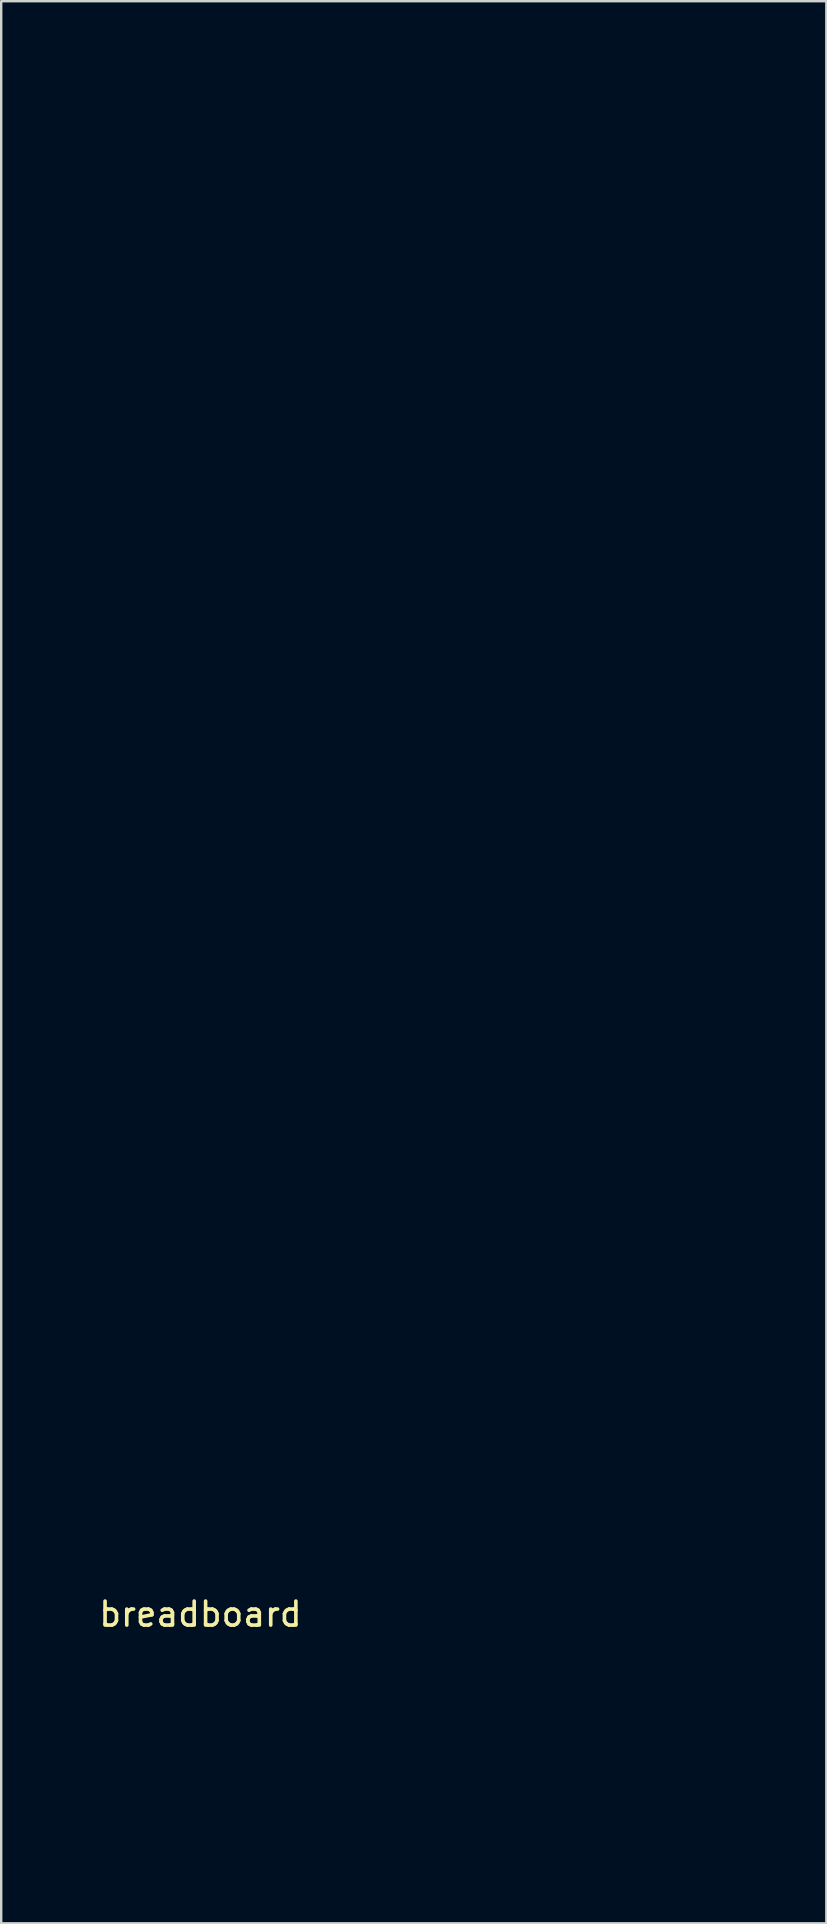
<source format=kicad_pcb>
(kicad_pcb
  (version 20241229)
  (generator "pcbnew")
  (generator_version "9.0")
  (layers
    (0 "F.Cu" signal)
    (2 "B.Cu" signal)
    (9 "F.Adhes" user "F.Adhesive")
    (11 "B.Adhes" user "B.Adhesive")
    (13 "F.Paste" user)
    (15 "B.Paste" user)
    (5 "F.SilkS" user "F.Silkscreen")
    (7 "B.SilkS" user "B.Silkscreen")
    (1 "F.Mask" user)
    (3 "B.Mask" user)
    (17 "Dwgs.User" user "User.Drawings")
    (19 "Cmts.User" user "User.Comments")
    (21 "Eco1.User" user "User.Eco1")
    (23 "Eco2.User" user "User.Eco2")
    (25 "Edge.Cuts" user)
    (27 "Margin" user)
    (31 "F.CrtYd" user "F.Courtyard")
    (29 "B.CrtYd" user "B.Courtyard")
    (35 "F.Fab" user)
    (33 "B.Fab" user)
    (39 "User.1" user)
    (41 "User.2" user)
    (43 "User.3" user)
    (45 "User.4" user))
  (footprint "breadboard"
    (layer "F.Cu")
    (at 5.305 63.725)
    (property "Reference" "breadboard" (at 0 0.5 0) (layer "F.SilkS") (effects (font (size 1 1) (thickness 0.15))))
    (attr through_hole)
    (fp_circle (center -5.08 -63.5) (end -4.98 -63.5) (stroke (width 0.25) (type solid)) (fill no) (layer "Eco1.User"))
    (fp_circle (center -5.08 -60.96) (end -4.98 -60.96) (stroke (width 0.25) (type solid)) (fill no) (layer "Eco1.User"))
    (fp_circle (center -5.08 -58.42) (end -4.98 -58.42) (stroke (width 0.25) (type solid)) (fill no) (layer "Eco1.User"))
    (fp_circle (center -5.08 -55.88) (end -4.98 -55.88) (stroke (width 0.25) (type solid)) (fill no) (layer "Eco1.User"))
    (fp_circle (center -5.08 -53.34) (end -4.98 -53.34) (stroke (width 0.25) (type solid)) (fill no) (layer "Eco1.User"))
    (fp_circle (center -5.08 -50.8) (end -4.98 -50.8) (stroke (width 0.25) (type solid)) (fill no) (layer "Eco1.User"))
    (fp_circle (center -5.08 -48.26) (end -4.98 -48.26) (stroke (width 0.25) (type solid)) (fill no) (layer "Eco1.User"))
    (fp_circle (center -5.08 -45.72) (end -4.98 -45.72) (stroke (width 0.25) (type solid)) (fill no) (layer "Eco1.User"))
    (fp_circle (center -5.08 -43.18) (end -4.98 -43.18) (stroke (width 0.25) (type solid)) (fill no) (layer "Eco1.User"))
    (fp_circle (center -5.08 -40.64) (end -4.98 -40.64) (stroke (width 0.25) (type solid)) (fill no) (layer "Eco1.User"))
    (fp_circle (center -5.08 -38.1) (end -4.98 -38.1) (stroke (width 0.25) (type solid)) (fill no) (layer "Eco1.User"))
    (fp_circle (center -5.08 -35.56) (end -4.98 -35.56) (stroke (width 0.25) (type solid)) (fill no) (layer "Eco1.User"))
    (fp_circle (center -5.08 -33.02) (end -4.98 -33.02) (stroke (width 0.25) (type solid)) (fill no) (layer "Eco1.User"))
    (fp_circle (center -5.08 -30.48) (end -4.98 -30.48) (stroke (width 0.25) (type solid)) (fill no) (layer "Eco1.User"))
    (fp_circle (center -5.08 -27.94) (end -4.98 -27.94) (stroke (width 0.25) (type solid)) (fill no) (layer "Eco1.User"))
    (fp_circle (center -5.08 -25.4) (end -4.98 -25.4) (stroke (width 0.25) (type solid)) (fill no) (layer "Eco1.User"))
    (fp_circle (center -5.08 -22.86) (end -4.98 -22.86) (stroke (width 0.25) (type solid)) (fill no) (layer "Eco1.User"))
    (fp_circle (center -5.08 -20.32) (end -4.98 -20.32) (stroke (width 0.25) (type solid)) (fill no) (layer "Eco1.User"))
    (fp_circle (center -5.08 -17.78) (end -4.98 -17.78) (stroke (width 0.25) (type solid)) (fill no) (layer "Eco1.User"))
    (fp_circle (center -5.08 -15.24) (end -4.98 -15.24) (stroke (width 0.25) (type solid)) (fill no) (layer "Eco1.User"))
    (fp_circle (center -5.08 -12.7) (end -4.98 -12.7) (stroke (width 0.25) (type solid)) (fill no) (layer "Eco1.User"))
    (fp_circle (center -5.08 -10.16) (end -4.98 -10.16) (stroke (width 0.25) (type solid)) (fill no) (layer "Eco1.User"))
    (fp_circle (center -5.08 -7.62) (end -4.98 -7.62) (stroke (width 0.25) (type solid)) (fill no) (layer "Eco1.User"))
    (fp_circle (center -5.08 -5.08) (end -4.98 -5.08) (stroke (width 0.25) (type solid)) (fill no) (layer "Eco1.User"))
    (fp_circle (center -5.08 -2.54) (end -4.98 -2.54) (stroke (width 0.25) (type solid)) (fill no) (layer "Eco1.User"))
    (fp_circle (center -5.08 0) (end -4.98 0) (stroke (width 0.25) (type solid)) (fill no) (layer "Eco1.User"))
    (fp_circle (center -5.08 2.54) (end -4.98 2.54) (stroke (width 0.25) (type solid)) (fill no) (layer "Eco1.User"))
    (fp_circle (center -5.08 5.08) (end -4.98 5.08) (stroke (width 0.25) (type solid)) (fill no) (layer "Eco1.User"))
    (fp_circle (center -5.08 7.62) (end -4.98 7.62) (stroke (width 0.25) (type solid)) (fill no) (layer "Eco1.User"))
    (fp_circle (center -5.08 10.16) (end -4.98 10.16) (stroke (width 0.25) (type solid)) (fill no) (layer "Eco1.User"))
    (fp_circle (center -2.54 -63.5) (end -2.44 -63.5) (stroke (width 0.25) (type solid)) (fill no) (layer "Eco1.User"))
    (fp_circle (center -2.54 -60.96) (end -2.44 -60.96) (stroke (width 0.25) (type solid)) (fill no) (layer "Eco1.User"))
    (fp_circle (center -2.54 -58.42) (end -2.44 -58.42) (stroke (width 0.25) (type solid)) (fill no) (layer "Eco1.User"))
    (fp_circle (center -2.54 -55.88) (end -2.44 -55.88) (stroke (width 0.25) (type solid)) (fill no) (layer "Eco1.User"))
    (fp_circle (center -2.54 -53.34) (end -2.44 -53.34) (stroke (width 0.25) (type solid)) (fill no) (layer "Eco1.User"))
    (fp_circle (center -2.54 -50.8) (end -2.44 -50.8) (stroke (width 0.25) (type solid)) (fill no) (layer "Eco1.User"))
    (fp_circle (center -2.54 -48.26) (end -2.44 -48.26) (stroke (width 0.25) (type solid)) (fill no) (layer "Eco1.User"))
    (fp_circle (center -2.54 -45.72) (end -2.44 -45.72) (stroke (width 0.25) (type solid)) (fill no) (layer "Eco1.User"))
    (fp_circle (center -2.54 -43.18) (end -2.44 -43.18) (stroke (width 0.25) (type solid)) (fill no) (layer "Eco1.User"))
    (fp_circle (center -2.54 -40.64) (end -2.44 -40.64) (stroke (width 0.25) (type solid)) (fill no) (layer "Eco1.User"))
    (fp_circle (center -2.54 -38.1) (end -2.44 -38.1) (stroke (width 0.25) (type solid)) (fill no) (layer "Eco1.User"))
    (fp_circle (center -2.54 -35.56) (end -2.44 -35.56) (stroke (width 0.25) (type solid)) (fill no) (layer "Eco1.User"))
    (fp_circle (center -2.54 -33.02) (end -2.44 -33.02) (stroke (width 0.25) (type solid)) (fill no) (layer "Eco1.User"))
    (fp_circle (center -2.54 -30.48) (end -2.44 -30.48) (stroke (width 0.25) (type solid)) (fill no) (layer "Eco1.User"))
    (fp_circle (center -2.54 -27.94) (end -2.44 -27.94) (stroke (width 0.25) (type solid)) (fill no) (layer "Eco1.User"))
    (fp_circle (center -2.54 -25.4) (end -2.44 -25.4) (stroke (width 0.25) (type solid)) (fill no) (layer "Eco1.User"))
    (fp_circle (center -2.54 -22.86) (end -2.44 -22.86) (stroke (width 0.25) (type solid)) (fill no) (layer "Eco1.User"))
    (fp_circle (center -2.54 -20.32) (end -2.44 -20.32) (stroke (width 0.25) (type solid)) (fill no) (layer "Eco1.User"))
    (fp_circle (center -2.54 -17.78) (end -2.44 -17.78) (stroke (width 0.25) (type solid)) (fill no) (layer "Eco1.User"))
    (fp_circle (center -2.54 -15.24) (end -2.44 -15.24) (stroke (width 0.25) (type solid)) (fill no) (layer "Eco1.User"))
    (fp_circle (center -2.54 -12.7) (end -2.44 -12.7) (stroke (width 0.25) (type solid)) (fill no) (layer "Eco1.User"))
    (fp_circle (center -2.54 -10.16) (end -2.44 -10.16) (stroke (width 0.25) (type solid)) (fill no) (layer "Eco1.User"))
    (fp_circle (center -2.54 -7.62) (end -2.44 -7.62) (stroke (width 0.25) (type solid)) (fill no) (layer "Eco1.User"))
    (fp_circle (center -2.54 -5.08) (end -2.44 -5.08) (stroke (width 0.25) (type solid)) (fill no) (layer "Eco1.User"))
    (fp_circle (center -2.54 -2.54) (end -2.44 -2.54) (stroke (width 0.25) (type solid)) (fill no) (layer "Eco1.User"))
    (fp_circle (center -2.54 0) (end -2.44 0) (stroke (width 0.25) (type solid)) (fill no) (layer "Eco1.User"))
    (fp_circle (center -2.54 2.54) (end -2.44 2.54) (stroke (width 0.25) (type solid)) (fill no) (layer "Eco1.User"))
    (fp_circle (center -2.54 5.08) (end -2.44 5.08) (stroke (width 0.25) (type solid)) (fill no) (layer "Eco1.User"))
    (fp_circle (center -2.54 7.62) (end -2.44 7.62) (stroke (width 0.25) (type solid)) (fill no) (layer "Eco1.User"))
    (fp_circle (center -2.54 10.16) (end -2.44 10.16) (stroke (width 0.25) (type solid)) (fill no) (layer "Eco1.User"))
    (fp_circle (center 0 -63.5) (end 0.1 -63.5) (stroke (width 0.25) (type solid)) (fill no) (layer "Eco1.User"))
    (fp_circle (center 0 -60.96) (end 0.1 -60.96) (stroke (width 0.25) (type solid)) (fill no) (layer "Eco1.User"))
    (fp_circle (center 0 -58.42) (end 0.1 -58.42) (stroke (width 0.25) (type solid)) (fill no) (layer "Eco1.User"))
    (fp_circle (center 0 -55.88) (end 0.1 -55.88) (stroke (width 0.25) (type solid)) (fill no) (layer "Eco1.User"))
    (fp_circle (center 0 -53.34) (end 0.1 -53.34) (stroke (width 0.25) (type solid)) (fill no) (layer "Eco1.User"))
    (fp_circle (center 0 -50.8) (end 0.1 -50.8) (stroke (width 0.25) (type solid)) (fill no) (layer "Eco1.User"))
    (fp_circle (center 0 -48.26) (end 0.1 -48.26) (stroke (width 0.25) (type solid)) (fill no) (layer "Eco1.User"))
    (fp_circle (center 0 -45.72) (end 0.1 -45.72) (stroke (width 0.25) (type solid)) (fill no) (layer "Eco1.User"))
    (fp_circle (center 0 -43.18) (end 0.1 -43.18) (stroke (width 0.25) (type solid)) (fill no) (layer "Eco1.User"))
    (fp_circle (center 0 -40.64) (end 0.1 -40.64) (stroke (width 0.25) (type solid)) (fill no) (layer "Eco1.User"))
    (fp_circle (center 0 -38.1) (end 0.1 -38.1) (stroke (width 0.25) (type solid)) (fill no) (layer "Eco1.User"))
    (fp_circle (center 0 -35.56) (end 0.1 -35.56) (stroke (width 0.25) (type solid)) (fill no) (layer "Eco1.User"))
    (fp_circle (center 0 -33.02) (end 0.1 -33.02) (stroke (width 0.25) (type solid)) (fill no) (layer "Eco1.User"))
    (fp_circle (center 0 -30.48) (end 0.1 -30.48) (stroke (width 0.25) (type solid)) (fill no) (layer "Eco1.User"))
    (fp_circle (center 0 -27.94) (end 0.1 -27.94) (stroke (width 0.25) (type solid)) (fill no) (layer "Eco1.User"))
    (fp_circle (center 0 -25.4) (end 0.1 -25.4) (stroke (width 0.25) (type solid)) (fill no) (layer "Eco1.User"))
    (fp_circle (center 0 -22.86) (end 0.1 -22.86) (stroke (width 0.25) (type solid)) (fill no) (layer "Eco1.User"))
    (fp_circle (center 0 -20.32) (end 0.1 -20.32) (stroke (width 0.25) (type solid)) (fill no) (layer "Eco1.User"))
    (fp_circle (center 0 -17.78) (end 0.1 -17.78) (stroke (width 0.25) (type solid)) (fill no) (layer "Eco1.User"))
    (fp_circle (center 0 -15.24) (end 0.1 -15.24) (stroke (width 0.25) (type solid)) (fill no) (layer "Eco1.User"))
    (fp_circle (center 0 -12.7) (end 0.1 -12.7) (stroke (width 0.25) (type solid)) (fill no) (layer "Eco1.User"))
    (fp_circle (center 0 -10.16) (end 0.1 -10.16) (stroke (width 0.25) (type solid)) (fill no) (layer "Eco1.User"))
    (fp_circle (center 0 -7.62) (end 0.1 -7.62) (stroke (width 0.25) (type solid)) (fill no) (layer "Eco1.User"))
    (fp_circle (center 0 -5.08) (end 0.1 -5.08) (stroke (width 0.25) (type solid)) (fill no) (layer "Eco1.User"))
    (fp_circle (center 0 -2.54) (end 0.1 -2.54) (stroke (width 0.25) (type solid)) (fill no) (layer "Eco1.User"))
    (fp_circle (center 0 0) (end 0.1 0) (stroke (width 0.25) (type solid)) (fill no) (layer "Eco1.User"))
    (fp_circle (center 0 2.54) (end 0.1 2.54) (stroke (width 0.25) (type solid)) (fill no) (layer "Eco1.User"))
    (fp_circle (center 0 5.08) (end 0.1 5.08) (stroke (width 0.25) (type solid)) (fill no) (layer "Eco1.User"))
    (fp_circle (center 0 7.62) (end 0.1 7.62) (stroke (width 0.25) (type solid)) (fill no) (layer "Eco1.User"))
    (fp_circle (center 0 10.16) (end 0.1 10.16) (stroke (width 0.25) (type solid)) (fill no) (layer "Eco1.User"))
    (fp_circle (center 2.54 -63.5) (end 2.64 -63.5) (stroke (width 0.25) (type solid)) (fill no) (layer "Eco1.User"))
    (fp_circle (center 2.54 -60.96) (end 2.64 -60.96) (stroke (width 0.25) (type solid)) (fill no) (layer "Eco1.User"))
    (fp_circle (center 2.54 -58.42) (end 2.64 -58.42) (stroke (width 0.25) (type solid)) (fill no) (layer "Eco1.User"))
    (fp_circle (center 2.54 -55.88) (end 2.64 -55.88) (stroke (width 0.25) (type solid)) (fill no) (layer "Eco1.User"))
    (fp_circle (center 2.54 -53.34) (end 2.64 -53.34) (stroke (width 0.25) (type solid)) (fill no) (layer "Eco1.User"))
    (fp_circle (center 2.54 -50.8) (end 2.64 -50.8) (stroke (width 0.25) (type solid)) (fill no) (layer "Eco1.User"))
    (fp_circle (center 2.54 -48.26) (end 2.64 -48.26) (stroke (width 0.25) (type solid)) (fill no) (layer "Eco1.User"))
    (fp_circle (center 2.54 -45.72) (end 2.64 -45.72) (stroke (width 0.25) (type solid)) (fill no) (layer "Eco1.User"))
    (fp_circle (center 2.54 -43.18) (end 2.64 -43.18) (stroke (width 0.25) (type solid)) (fill no) (layer "Eco1.User"))
    (fp_circle (center 2.54 -40.64) (end 2.64 -40.64) (stroke (width 0.25) (type solid)) (fill no) (layer "Eco1.User"))
    (fp_circle (center 2.54 -38.1) (end 2.64 -38.1) (stroke (width 0.25) (type solid)) (fill no) (layer "Eco1.User"))
    (fp_circle (center 2.54 -35.56) (end 2.64 -35.56) (stroke (width 0.25) (type solid)) (fill no) (layer "Eco1.User"))
    (fp_circle (center 2.54 -33.02) (end 2.64 -33.02) (stroke (width 0.25) (type solid)) (fill no) (layer "Eco1.User"))
    (fp_circle (center 2.54 -30.48) (end 2.64 -30.48) (stroke (width 0.25) (type solid)) (fill no) (layer "Eco1.User"))
    (fp_circle (center 2.54 -27.94) (end 2.64 -27.94) (stroke (width 0.25) (type solid)) (fill no) (layer "Eco1.User"))
    (fp_circle (center 2.54 -25.4) (end 2.64 -25.4) (stroke (width 0.25) (type solid)) (fill no) (layer "Eco1.User"))
    (fp_circle (center 2.54 -22.86) (end 2.64 -22.86) (stroke (width 0.25) (type solid)) (fill no) (layer "Eco1.User"))
    (fp_circle (center 2.54 -20.32) (end 2.64 -20.32) (stroke (width 0.25) (type solid)) (fill no) (layer "Eco1.User"))
    (fp_circle (center 2.54 -17.78) (end 2.64 -17.78) (stroke (width 0.25) (type solid)) (fill no) (layer "Eco1.User"))
    (fp_circle (center 2.54 -15.24) (end 2.64 -15.24) (stroke (width 0.25) (type solid)) (fill no) (layer "Eco1.User"))
    (fp_circle (center 2.54 -12.7) (end 2.64 -12.7) (stroke (width 0.25) (type solid)) (fill no) (layer "Eco1.User"))
    (fp_circle (center 2.54 -10.16) (end 2.64 -10.16) (stroke (width 0.25) (type solid)) (fill no) (layer "Eco1.User"))
    (fp_circle (center 2.54 -7.62) (end 2.64 -7.62) (stroke (width 0.25) (type solid)) (fill no) (layer "Eco1.User"))
    (fp_circle (center 2.54 -5.08) (end 2.64 -5.08) (stroke (width 0.25) (type solid)) (fill no) (layer "Eco1.User"))
    (fp_circle (center 2.54 -2.54) (end 2.64 -2.54) (stroke (width 0.25) (type solid)) (fill no) (layer "Eco1.User"))
    (fp_circle (center 2.54 0) (end 2.64 0) (stroke (width 0.25) (type solid)) (fill no) (layer "Eco1.User"))
    (fp_circle (center 2.54 2.54) (end 2.64 2.54) (stroke (width 0.25) (type solid)) (fill no) (layer "Eco1.User"))
    (fp_circle (center 2.54 5.08) (end 2.64 5.08) (stroke (width 0.25) (type solid)) (fill no) (layer "Eco1.User"))
    (fp_circle (center 2.54 7.62) (end 2.64 7.62) (stroke (width 0.25) (type solid)) (fill no) (layer "Eco1.User"))
    (fp_circle (center 2.54 10.16) (end 2.64 10.16) (stroke (width 0.25) (type solid)) (fill no) (layer "Eco1.User"))
    (fp_circle (center 5.08 -63.5) (end 5.18 -63.5) (stroke (width 0.25) (type solid)) (fill no) (layer "Eco1.User"))
    (fp_circle (center 5.08 -60.96) (end 5.18 -60.96) (stroke (width 0.25) (type solid)) (fill no) (layer "Eco1.User"))
    (fp_circle (center 5.08 -58.42) (end 5.18 -58.42) (stroke (width 0.25) (type solid)) (fill no) (layer "Eco1.User"))
    (fp_circle (center 5.08 -55.88) (end 5.18 -55.88) (stroke (width 0.25) (type solid)) (fill no) (layer "Eco1.User"))
    (fp_circle (center 5.08 -53.34) (end 5.18 -53.34) (stroke (width 0.25) (type solid)) (fill no) (layer "Eco1.User"))
    (fp_circle (center 5.08 -50.8) (end 5.18 -50.8) (stroke (width 0.25) (type solid)) (fill no) (layer "Eco1.User"))
    (fp_circle (center 5.08 -48.26) (end 5.18 -48.26) (stroke (width 0.25) (type solid)) (fill no) (layer "Eco1.User"))
    (fp_circle (center 5.08 -45.72) (end 5.18 -45.72) (stroke (width 0.25) (type solid)) (fill no) (layer "Eco1.User"))
    (fp_circle (center 5.08 -43.18) (end 5.18 -43.18) (stroke (width 0.25) (type solid)) (fill no) (layer "Eco1.User"))
    (fp_circle (center 5.08 -40.64) (end 5.18 -40.64) (stroke (width 0.25) (type solid)) (fill no) (layer "Eco1.User"))
    (fp_circle (center 5.08 -38.1) (end 5.18 -38.1) (stroke (width 0.25) (type solid)) (fill no) (layer "Eco1.User"))
    (fp_circle (center 5.08 -35.56) (end 5.18 -35.56) (stroke (width 0.25) (type solid)) (fill no) (layer "Eco1.User"))
    (fp_circle (center 5.08 -33.02) (end 5.18 -33.02) (stroke (width 0.25) (type solid)) (fill no) (layer "Eco1.User"))
    (fp_circle (center 5.08 -30.48) (end 5.18 -30.48) (stroke (width 0.25) (type solid)) (fill no) (layer "Eco1.User"))
    (fp_circle (center 5.08 -27.94) (end 5.18 -27.94) (stroke (width 0.25) (type solid)) (fill no) (layer "Eco1.User"))
    (fp_circle (center 5.08 -25.4) (end 5.18 -25.4) (stroke (width 0.25) (type solid)) (fill no) (layer "Eco1.User"))
    (fp_circle (center 5.08 -22.86) (end 5.18 -22.86) (stroke (width 0.25) (type solid)) (fill no) (layer "Eco1.User"))
    (fp_circle (center 5.08 -20.32) (end 5.18 -20.32) (stroke (width 0.25) (type solid)) (fill no) (layer "Eco1.User"))
    (fp_circle (center 5.08 -17.78) (end 5.18 -17.78) (stroke (width 0.25) (type solid)) (fill no) (layer "Eco1.User"))
    (fp_circle (center 5.08 -15.24) (end 5.18 -15.24) (stroke (width 0.25) (type solid)) (fill no) (layer "Eco1.User"))
    (fp_circle (center 5.08 -12.7) (end 5.18 -12.7) (stroke (width 0.25) (type solid)) (fill no) (layer "Eco1.User"))
    (fp_circle (center 5.08 -10.16) (end 5.18 -10.16) (stroke (width 0.25) (type solid)) (fill no) (layer "Eco1.User"))
    (fp_circle (center 5.08 -7.62) (end 5.18 -7.62) (stroke (width 0.25) (type solid)) (fill no) (layer "Eco1.User"))
    (fp_circle (center 5.08 -5.08) (end 5.18 -5.08) (stroke (width 0.25) (type solid)) (fill no) (layer "Eco1.User"))
    (fp_circle (center 5.08 -2.54) (end 5.18 -2.54) (stroke (width 0.25) (type solid)) (fill no) (layer "Eco1.User"))
    (fp_circle (center 5.08 0) (end 5.18 0) (stroke (width 0.25) (type solid)) (fill no) (layer "Eco1.User"))
    (fp_circle (center 5.08 2.54) (end 5.18 2.54) (stroke (width 0.25) (type solid)) (fill no) (layer "Eco1.User"))
    (fp_circle (center 5.08 5.08) (end 5.18 5.08) (stroke (width 0.25) (type solid)) (fill no) (layer "Eco1.User"))
    (fp_circle (center 5.08 7.62) (end 5.18 7.62) (stroke (width 0.25) (type solid)) (fill no) (layer "Eco1.User"))
    (fp_circle (center 5.08 10.16) (end 5.18 10.16) (stroke (width 0.25) (type solid)) (fill no) (layer "Eco1.User"))
    (fp_circle (center 12.7 -63.5) (end 12.8 -63.5) (stroke (width 0.25) (type solid)) (fill no) (layer "Eco1.User"))
    (fp_circle (center 12.7 -60.96) (end 12.8 -60.96) (stroke (width 0.25) (type solid)) (fill no) (layer "Eco1.User"))
    (fp_circle (center 12.7 -58.42) (end 12.8 -58.42) (stroke (width 0.25) (type solid)) (fill no) (layer "Eco1.User"))
    (fp_circle (center 12.7 -55.88) (end 12.8 -55.88) (stroke (width 0.25) (type solid)) (fill no) (layer "Eco1.User"))
    (fp_circle (center 12.7 -53.34) (end 12.8 -53.34) (stroke (width 0.25) (type solid)) (fill no) (layer "Eco1.User"))
    (fp_circle (center 12.7 -50.8) (end 12.8 -50.8) (stroke (width 0.25) (type solid)) (fill no) (layer "Eco1.User"))
    (fp_circle (center 12.7 -48.26) (end 12.8 -48.26) (stroke (width 0.25) (type solid)) (fill no) (layer "Eco1.User"))
    (fp_circle (center 12.7 -45.72) (end 12.8 -45.72) (stroke (width 0.25) (type solid)) (fill no) (layer "Eco1.User"))
    (fp_circle (center 12.7 -43.18) (end 12.8 -43.18) (stroke (width 0.25) (type solid)) (fill no) (layer "Eco1.User"))
    (fp_circle (center 12.7 -40.64) (end 12.8 -40.64) (stroke (width 0.25) (type solid)) (fill no) (layer "Eco1.User"))
    (fp_circle (center 12.7 -38.1) (end 12.8 -38.1) (stroke (width 0.25) (type solid)) (fill no) (layer "Eco1.User"))
    (fp_circle (center 12.7 -35.56) (end 12.8 -35.56) (stroke (width 0.25) (type solid)) (fill no) (layer "Eco1.User"))
    (fp_circle (center 12.7 -33.02) (end 12.8 -33.02) (stroke (width 0.25) (type solid)) (fill no) (layer "Eco1.User"))
    (fp_circle (center 12.7 -30.48) (end 12.8 -30.48) (stroke (width 0.25) (type solid)) (fill no) (layer "Eco1.User"))
    (fp_circle (center 12.7 -27.94) (end 12.8 -27.94) (stroke (width 0.25) (type solid)) (fill no) (layer "Eco1.User"))
    (fp_circle (center 12.7 -25.4) (end 12.8 -25.4) (stroke (width 0.25) (type solid)) (fill no) (layer "Eco1.User"))
    (fp_circle (center 12.7 -22.86) (end 12.8 -22.86) (stroke (width 0.25) (type solid)) (fill no) (layer "Eco1.User"))
    (fp_circle (center 12.7 -20.32) (end 12.8 -20.32) (stroke (width 0.25) (type solid)) (fill no) (layer "Eco1.User"))
    (fp_circle (center 12.7 -17.78) (end 12.8 -17.78) (stroke (width 0.25) (type solid)) (fill no) (layer "Eco1.User"))
    (fp_circle (center 12.7 -15.24) (end 12.8 -15.24) (stroke (width 0.25) (type solid)) (fill no) (layer "Eco1.User"))
    (fp_circle (center 12.7 -12.7) (end 12.8 -12.7) (stroke (width 0.25) (type solid)) (fill no) (layer "Eco1.User"))
    (fp_circle (center 12.7 -10.16) (end 12.8 -10.16) (stroke (width 0.25) (type solid)) (fill no) (layer "Eco1.User"))
    (fp_circle (center 12.7 -7.62) (end 12.8 -7.62) (stroke (width 0.25) (type solid)) (fill no) (layer "Eco1.User"))
    (fp_circle (center 12.7 -5.08) (end 12.8 -5.08) (stroke (width 0.25) (type solid)) (fill no) (layer "Eco1.User"))
    (fp_circle (center 12.7 -2.54) (end 12.8 -2.54) (stroke (width 0.25) (type solid)) (fill no) (layer "Eco1.User"))
    (fp_circle (center 12.7 0) (end 12.8 0) (stroke (width 0.25) (type solid)) (fill no) (layer "Eco1.User"))
    (fp_circle (center 12.7 2.54) (end 12.8 2.54) (stroke (width 0.25) (type solid)) (fill no) (layer "Eco1.User"))
    (fp_circle (center 12.7 5.08) (end 12.8 5.08) (stroke (width 0.25) (type solid)) (fill no) (layer "Eco1.User"))
    (fp_circle (center 12.7 7.62) (end 12.8 7.62) (stroke (width 0.25) (type solid)) (fill no) (layer "Eco1.User"))
    (fp_circle (center 12.7 10.16) (end 12.8 10.16) (stroke (width 0.25) (type solid)) (fill no) (layer "Eco1.User"))
    (fp_circle (center 15.24 -63.5) (end 15.34 -63.5) (stroke (width 0.25) (type solid)) (fill no) (layer "Eco1.User"))
    (fp_circle (center 15.24 -60.96) (end 15.34 -60.96) (stroke (width 0.25) (type solid)) (fill no) (layer "Eco1.User"))
    (fp_circle (center 15.24 -58.42) (end 15.34 -58.42) (stroke (width 0.25) (type solid)) (fill no) (layer "Eco1.User"))
    (fp_circle (center 15.24 -55.88) (end 15.34 -55.88) (stroke (width 0.25) (type solid)) (fill no) (layer "Eco1.User"))
    (fp_circle (center 15.24 -53.34) (end 15.34 -53.34) (stroke (width 0.25) (type solid)) (fill no) (layer "Eco1.User"))
    (fp_circle (center 15.24 -50.8) (end 15.34 -50.8) (stroke (width 0.25) (type solid)) (fill no) (layer "Eco1.User"))
    (fp_circle (center 15.24 -48.26) (end 15.34 -48.26) (stroke (width 0.25) (type solid)) (fill no) (layer "Eco1.User"))
    (fp_circle (center 15.24 -45.72) (end 15.34 -45.72) (stroke (width 0.25) (type solid)) (fill no) (layer "Eco1.User"))
    (fp_circle (center 15.24 -43.18) (end 15.34 -43.18) (stroke (width 0.25) (type solid)) (fill no) (layer "Eco1.User"))
    (fp_circle (center 15.24 -40.64) (end 15.34 -40.64) (stroke (width 0.25) (type solid)) (fill no) (layer "Eco1.User"))
    (fp_circle (center 15.24 -38.1) (end 15.34 -38.1) (stroke (width 0.25) (type solid)) (fill no) (layer "Eco1.User"))
    (fp_circle (center 15.24 -35.56) (end 15.34 -35.56) (stroke (width 0.25) (type solid)) (fill no) (layer "Eco1.User"))
    (fp_circle (center 15.24 -33.02) (end 15.34 -33.02) (stroke (width 0.25) (type solid)) (fill no) (layer "Eco1.User"))
    (fp_circle (center 15.24 -30.48) (end 15.34 -30.48) (stroke (width 0.25) (type solid)) (fill no) (layer "Eco1.User"))
    (fp_circle (center 15.24 -27.94) (end 15.34 -27.94) (stroke (width 0.25) (type solid)) (fill no) (layer "Eco1.User"))
    (fp_circle (center 15.24 -25.4) (end 15.34 -25.4) (stroke (width 0.25) (type solid)) (fill no) (layer "Eco1.User"))
    (fp_circle (center 15.24 -22.86) (end 15.34 -22.86) (stroke (width 0.25) (type solid)) (fill no) (layer "Eco1.User"))
    (fp_circle (center 15.24 -20.32) (end 15.34 -20.32) (stroke (width 0.25) (type solid)) (fill no) (layer "Eco1.User"))
    (fp_circle (center 15.24 -17.78) (end 15.34 -17.78) (stroke (width 0.25) (type solid)) (fill no) (layer "Eco1.User"))
    (fp_circle (center 15.24 -15.24) (end 15.34 -15.24) (stroke (width 0.25) (type solid)) (fill no) (layer "Eco1.User"))
    (fp_circle (center 15.24 -12.7) (end 15.34 -12.7) (stroke (width 0.25) (type solid)) (fill no) (layer "Eco1.User"))
    (fp_circle (center 15.24 -10.16) (end 15.34 -10.16) (stroke (width 0.25) (type solid)) (fill no) (layer "Eco1.User"))
    (fp_circle (center 15.24 -7.62) (end 15.34 -7.62) (stroke (width 0.25) (type solid)) (fill no) (layer "Eco1.User"))
    (fp_circle (center 15.24 -5.08) (end 15.34 -5.08) (stroke (width 0.25) (type solid)) (fill no) (layer "Eco1.User"))
    (fp_circle (center 15.24 -2.54) (end 15.34 -2.54) (stroke (width 0.25) (type solid)) (fill no) (layer "Eco1.User"))
    (fp_circle (center 15.24 0) (end 15.34 0) (stroke (width 0.25) (type solid)) (fill no) (layer "Eco1.User"))
    (fp_circle (center 15.24 2.54) (end 15.34 2.54) (stroke (width 0.25) (type solid)) (fill no) (layer "Eco1.User"))
    (fp_circle (center 15.24 5.08) (end 15.34 5.08) (stroke (width 0.25) (type solid)) (fill no) (layer "Eco1.User"))
    (fp_circle (center 15.24 7.62) (end 15.34 7.62) (stroke (width 0.25) (type solid)) (fill no) (layer "Eco1.User"))
    (fp_circle (center 15.24 10.16) (end 15.34 10.16) (stroke (width 0.25) (type solid)) (fill no) (layer "Eco1.User"))
    (fp_circle (center 17.78 -63.5) (end 17.88 -63.5) (stroke (width 0.25) (type solid)) (fill no) (layer "Eco1.User"))
    (fp_circle (center 17.78 -60.96) (end 17.88 -60.96) (stroke (width 0.25) (type solid)) (fill no) (layer "Eco1.User"))
    (fp_circle (center 17.78 -58.42) (end 17.88 -58.42) (stroke (width 0.25) (type solid)) (fill no) (layer "Eco1.User"))
    (fp_circle (center 17.78 -55.88) (end 17.88 -55.88) (stroke (width 0.25) (type solid)) (fill no) (layer "Eco1.User"))
    (fp_circle (center 17.78 -53.34) (end 17.88 -53.34) (stroke (width 0.25) (type solid)) (fill no) (layer "Eco1.User"))
    (fp_circle (center 17.78 -50.8) (end 17.88 -50.8) (stroke (width 0.25) (type solid)) (fill no) (layer "Eco1.User"))
    (fp_circle (center 17.78 -48.26) (end 17.88 -48.26) (stroke (width 0.25) (type solid)) (fill no) (layer "Eco1.User"))
    (fp_circle (center 17.78 -45.72) (end 17.88 -45.72) (stroke (width 0.25) (type solid)) (fill no) (layer "Eco1.User"))
    (fp_circle (center 17.78 -43.18) (end 17.88 -43.18) (stroke (width 0.25) (type solid)) (fill no) (layer "Eco1.User"))
    (fp_circle (center 17.78 -40.64) (end 17.88 -40.64) (stroke (width 0.25) (type solid)) (fill no) (layer "Eco1.User"))
    (fp_circle (center 17.78 -38.1) (end 17.88 -38.1) (stroke (width 0.25) (type solid)) (fill no) (layer "Eco1.User"))
    (fp_circle (center 17.78 -35.56) (end 17.88 -35.56) (stroke (width 0.25) (type solid)) (fill no) (layer "Eco1.User"))
    (fp_circle (center 17.78 -33.02) (end 17.88 -33.02) (stroke (width 0.25) (type solid)) (fill no) (layer "Eco1.User"))
    (fp_circle (center 17.78 -30.48) (end 17.88 -30.48) (stroke (width 0.25) (type solid)) (fill no) (layer "Eco1.User"))
    (fp_circle (center 17.78 -27.94) (end 17.88 -27.94) (stroke (width 0.25) (type solid)) (fill no) (layer "Eco1.User"))
    (fp_circle (center 17.78 -25.4) (end 17.88 -25.4) (stroke (width 0.25) (type solid)) (fill no) (layer "Eco1.User"))
    (fp_circle (center 17.78 -22.86) (end 17.88 -22.86) (stroke (width 0.25) (type solid)) (fill no) (layer "Eco1.User"))
    (fp_circle (center 17.78 -20.32) (end 17.88 -20.32) (stroke (width 0.25) (type solid)) (fill no) (layer "Eco1.User"))
    (fp_circle (center 17.78 -17.78) (end 17.88 -17.78) (stroke (width 0.25) (type solid)) (fill no) (layer "Eco1.User"))
    (fp_circle (center 17.78 -15.24) (end 17.88 -15.24) (stroke (width 0.25) (type solid)) (fill no) (layer "Eco1.User"))
    (fp_circle (center 17.78 -12.7) (end 17.88 -12.7) (stroke (width 0.25) (type solid)) (fill no) (layer "Eco1.User"))
    (fp_circle (center 17.78 -10.16) (end 17.88 -10.16) (stroke (width 0.25) (type solid)) (fill no) (layer "Eco1.User"))
    (fp_circle (center 17.78 -7.62) (end 17.88 -7.62) (stroke (width 0.25) (type solid)) (fill no) (layer "Eco1.User"))
    (fp_circle (center 17.78 -5.08) (end 17.88 -5.08) (stroke (width 0.25) (type solid)) (fill no) (layer "Eco1.User"))
    (fp_circle (center 17.78 -2.54) (end 17.88 -2.54) (stroke (width 0.25) (type solid)) (fill no) (layer "Eco1.User"))
    (fp_circle (center 17.78 0) (end 17.88 0) (stroke (width 0.25) (type solid)) (fill no) (layer "Eco1.User"))
    (fp_circle (center 17.78 2.54) (end 17.88 2.54) (stroke (width 0.25) (type solid)) (fill no) (layer "Eco1.User"))
    (fp_circle (center 17.78 5.08) (end 17.88 5.08) (stroke (width 0.25) (type solid)) (fill no) (layer "Eco1.User"))
    (fp_circle (center 17.78 7.62) (end 17.88 7.62) (stroke (width 0.25) (type solid)) (fill no) (layer "Eco1.User"))
    (fp_circle (center 17.78 10.16) (end 17.88 10.16) (stroke (width 0.25) (type solid)) (fill no) (layer "Eco1.User"))
    (fp_circle (center 20.32 -63.5) (end 20.42 -63.5) (stroke (width 0.25) (type solid)) (fill no) (layer "Eco1.User"))
    (fp_circle (center 20.32 -60.96) (end 20.42 -60.96) (stroke (width 0.25) (type solid)) (fill no) (layer "Eco1.User"))
    (fp_circle (center 20.32 -58.42) (end 20.42 -58.42) (stroke (width 0.25) (type solid)) (fill no) (layer "Eco1.User"))
    (fp_circle (center 20.32 -55.88) (end 20.42 -55.88) (stroke (width 0.25) (type solid)) (fill no) (layer "Eco1.User"))
    (fp_circle (center 20.32 -53.34) (end 20.42 -53.34) (stroke (width 0.25) (type solid)) (fill no) (layer "Eco1.User"))
    (fp_circle (center 20.32 -50.8) (end 20.42 -50.8) (stroke (width 0.25) (type solid)) (fill no) (layer "Eco1.User"))
    (fp_circle (center 20.32 -48.26) (end 20.42 -48.26) (stroke (width 0.25) (type solid)) (fill no) (layer "Eco1.User"))
    (fp_circle (center 20.32 -45.72) (end 20.42 -45.72) (stroke (width 0.25) (type solid)) (fill no) (layer "Eco1.User"))
    (fp_circle (center 20.32 -43.18) (end 20.42 -43.18) (stroke (width 0.25) (type solid)) (fill no) (layer "Eco1.User"))
    (fp_circle (center 20.32 -40.64) (end 20.42 -40.64) (stroke (width 0.25) (type solid)) (fill no) (layer "Eco1.User"))
    (fp_circle (center 20.32 -38.1) (end 20.42 -38.1) (stroke (width 0.25) (type solid)) (fill no) (layer "Eco1.User"))
    (fp_circle (center 20.32 -35.56) (end 20.42 -35.56) (stroke (width 0.25) (type solid)) (fill no) (layer "Eco1.User"))
    (fp_circle (center 20.32 -33.02) (end 20.42 -33.02) (stroke (width 0.25) (type solid)) (fill no) (layer "Eco1.User"))
    (fp_circle (center 20.32 -30.48) (end 20.42 -30.48) (stroke (width 0.25) (type solid)) (fill no) (layer "Eco1.User"))
    (fp_circle (center 20.32 -27.94) (end 20.42 -27.94) (stroke (width 0.25) (type solid)) (fill no) (layer "Eco1.User"))
    (fp_circle (center 20.32 -25.4) (end 20.42 -25.4) (stroke (width 0.25) (type solid)) (fill no) (layer "Eco1.User"))
    (fp_circle (center 20.32 -22.86) (end 20.42 -22.86) (stroke (width 0.25) (type solid)) (fill no) (layer "Eco1.User"))
    (fp_circle (center 20.32 -20.32) (end 20.42 -20.32) (stroke (width 0.25) (type solid)) (fill no) (layer "Eco1.User"))
    (fp_circle (center 20.32 -17.78) (end 20.42 -17.78) (stroke (width 0.25) (type solid)) (fill no) (layer "Eco1.User"))
    (fp_circle (center 20.32 -15.24) (end 20.42 -15.24) (stroke (width 0.25) (type solid)) (fill no) (layer "Eco1.User"))
    (fp_circle (center 20.32 -12.7) (end 20.42 -12.7) (stroke (width 0.25) (type solid)) (fill no) (layer "Eco1.User"))
    (fp_circle (center 20.32 -10.16) (end 20.42 -10.16) (stroke (width 0.25) (type solid)) (fill no) (layer "Eco1.User"))
    (fp_circle (center 20.32 -7.62) (end 20.42 -7.62) (stroke (width 0.25) (type solid)) (fill no) (layer "Eco1.User"))
    (fp_circle (center 20.32 -5.08) (end 20.42 -5.08) (stroke (width 0.25) (type solid)) (fill no) (layer "Eco1.User"))
    (fp_circle (center 20.32 -2.54) (end 20.42 -2.54) (stroke (width 0.25) (type solid)) (fill no) (layer "Eco1.User"))
    (fp_circle (center 20.32 0) (end 20.42 0) (stroke (width 0.25) (type solid)) (fill no) (layer "Eco1.User"))
    (fp_circle (center 20.32 2.54) (end 20.42 2.54) (stroke (width 0.25) (type solid)) (fill no) (layer "Eco1.User"))
    (fp_circle (center 20.32 5.08) (end 20.42 5.08) (stroke (width 0.25) (type solid)) (fill no) (layer "Eco1.User"))
    (fp_circle (center 20.32 7.62) (end 20.42 7.62) (stroke (width 0.25) (type solid)) (fill no) (layer "Eco1.User"))
    (fp_circle (center 20.32 10.16) (end 20.42 10.16) (stroke (width 0.25) (type solid)) (fill no) (layer "Eco1.User"))
    (fp_circle (center 22.86 -63.5) (end 22.96 -63.5) (stroke (width 0.25) (type solid)) (fill no) (layer "Eco1.User"))
    (fp_circle (center 22.86 -60.96) (end 22.96 -60.96) (stroke (width 0.25) (type solid)) (fill no) (layer "Eco1.User"))
    (fp_circle (center 22.86 -58.42) (end 22.96 -58.42) (stroke (width 0.25) (type solid)) (fill no) (layer "Eco1.User"))
    (fp_circle (center 22.86 -55.88) (end 22.96 -55.88) (stroke (width 0.25) (type solid)) (fill no) (layer "Eco1.User"))
    (fp_circle (center 22.86 -53.34) (end 22.96 -53.34) (stroke (width 0.25) (type solid)) (fill no) (layer "Eco1.User"))
    (fp_circle (center 22.86 -50.8) (end 22.96 -50.8) (stroke (width 0.25) (type solid)) (fill no) (layer "Eco1.User"))
    (fp_circle (center 22.86 -48.26) (end 22.96 -48.26) (stroke (width 0.25) (type solid)) (fill no) (layer "Eco1.User"))
    (fp_circle (center 22.86 -45.72) (end 22.96 -45.72) (stroke (width 0.25) (type solid)) (fill no) (layer "Eco1.User"))
    (fp_circle (center 22.86 -43.18) (end 22.96 -43.18) (stroke (width 0.25) (type solid)) (fill no) (layer "Eco1.User"))
    (fp_circle (center 22.86 -40.64) (end 22.96 -40.64) (stroke (width 0.25) (type solid)) (fill no) (layer "Eco1.User"))
    (fp_circle (center 22.86 -38.1) (end 22.96 -38.1) (stroke (width 0.25) (type solid)) (fill no) (layer "Eco1.User"))
    (fp_circle (center 22.86 -35.56) (end 22.96 -35.56) (stroke (width 0.25) (type solid)) (fill no) (layer "Eco1.User"))
    (fp_circle (center 22.86 -33.02) (end 22.96 -33.02) (stroke (width 0.25) (type solid)) (fill no) (layer "Eco1.User"))
    (fp_circle (center 22.86 -30.48) (end 22.96 -30.48) (stroke (width 0.25) (type solid)) (fill no) (layer "Eco1.User"))
    (fp_circle (center 22.86 -27.94) (end 22.96 -27.94) (stroke (width 0.25) (type solid)) (fill no) (layer "Eco1.User"))
    (fp_circle (center 22.86 -25.4) (end 22.96 -25.4) (stroke (width 0.25) (type solid)) (fill no) (layer "Eco1.User"))
    (fp_circle (center 22.86 -22.86) (end 22.96 -22.86) (stroke (width 0.25) (type solid)) (fill no) (layer "Eco1.User"))
    (fp_circle (center 22.86 -20.32) (end 22.96 -20.32) (stroke (width 0.25) (type solid)) (fill no) (layer "Eco1.User"))
    (fp_circle (center 22.86 -17.78) (end 22.96 -17.78) (stroke (width 0.25) (type solid)) (fill no) (layer "Eco1.User"))
    (fp_circle (center 22.86 -15.24) (end 22.96 -15.24) (stroke (width 0.25) (type solid)) (fill no) (layer "Eco1.User"))
    (fp_circle (center 22.86 -12.7) (end 22.96 -12.7) (stroke (width 0.25) (type solid)) (fill no) (layer "Eco1.User"))
    (fp_circle (center 22.86 -10.16) (end 22.96 -10.16) (stroke (width 0.25) (type solid)) (fill no) (layer "Eco1.User"))
    (fp_circle (center 22.86 -7.62) (end 22.96 -7.62) (stroke (width 0.25) (type solid)) (fill no) (layer "Eco1.User"))
    (fp_circle (center 22.86 -5.08) (end 22.96 -5.08) (stroke (width 0.25) (type solid)) (fill no) (layer "Eco1.User"))
    (fp_circle (center 22.86 -2.54) (end 22.96 -2.54) (stroke (width 0.25) (type solid)) (fill no) (layer "Eco1.User"))
    (fp_circle (center 22.86 0) (end 22.96 0) (stroke (width 0.25) (type solid)) (fill no) (layer "Eco1.User"))
    (fp_circle (center 22.86 2.54) (end 22.96 2.54) (stroke (width 0.25) (type solid)) (fill no) (layer "Eco1.User"))
    (fp_circle (center 22.86 5.08) (end 22.96 5.08) (stroke (width 0.25) (type solid)) (fill no) (layer "Eco1.User"))
    (fp_circle (center 22.86 7.62) (end 22.96 7.62) (stroke (width 0.25) (type solid)) (fill no) (layer "Eco1.User"))
    (fp_circle (center 22.86 10.16) (end 22.96 10.16) (stroke (width 0.25) (type solid)) (fill no) (layer "Eco1.User")))
  (gr_rect
    (start -3 -3)
    (end 31.39 77.11)
    (stroke (width 0.1) (type default))
    (fill no)
    (layer "Edge.Cuts")))
</source>
